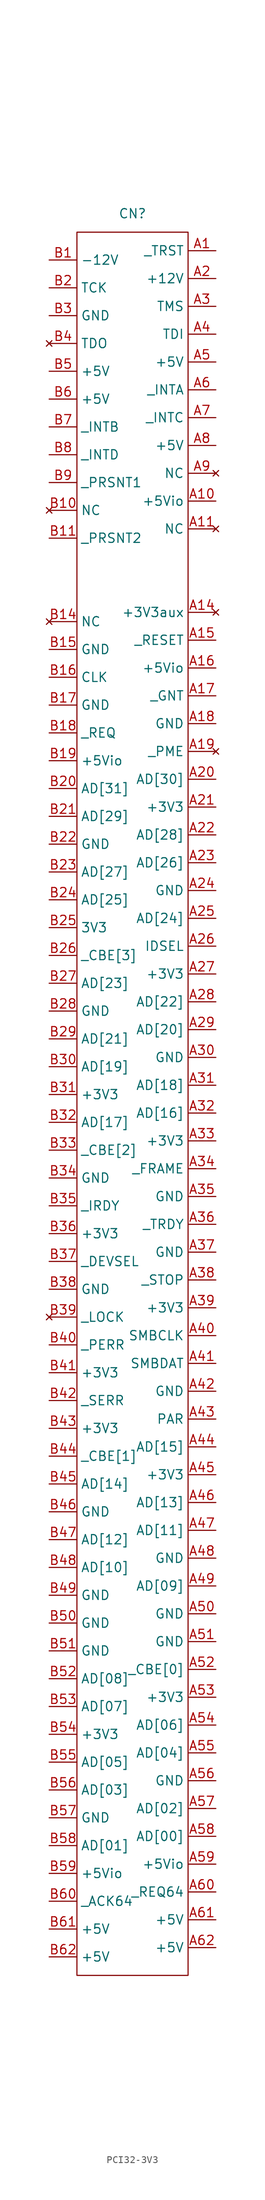
<source format=kicad_sym>
(kicad_symbol_lib
  (version 20231120)
  (generator "kicad_symbol_editor")
  (generator_version "8.0")
  (symbol "PCI32-3V3"
    (property "Reference" "CN"
      (at 0 119.38 0)
      (effects (font (size 1.27 1.27))))
    (symbol "PCI32-3V3_0_0"
      (pin input line (at 11.43 114.3 180) (length 3.81) (name "_TRST" (effects (font (size 1.27 1.27)))) (number "A1" (effects (font (size 1.27 1.27)))))
      (pin power_in line (at 11.43 80.01 180) (length 3.81) (name "+5Vio" (effects (font (size 1.27 1.27)))) (number "A10" (effects (font (size 1.27 1.27)))))
      (pin no_connect line (at 11.43 76.2 180) (length 3.81) (name "NC" (effects (font (size 1.27 1.27)))) (number "A11" (effects (font (size 1.27 1.27)))))
      (pin no_connect line (at 11.43 64.77 180) (length 3.81) (name "+3V3aux" (effects (font (size 1.27 1.27)))) (number "A14" (effects (font (size 1.27 1.27)))))
      (pin input line (at 11.43 60.96 180) (length 3.81) (name "_RESET" (effects (font (size 1.27 1.27)))) (number "A15" (effects (font (size 1.27 1.27)))))
      (pin power_in line (at 11.43 57.15 180) (length 3.81) (name "+5Vio" (effects (font (size 1.27 1.27)))) (number "A16" (effects (font (size 1.27 1.27)))))
      (pin input line (at 11.43 53.34 180) (length 3.81) (name "_GNT" (effects (font (size 1.27 1.27)))) (number "A17" (effects (font (size 1.27 1.27)))))
      (pin power_in line (at 11.43 49.53 180) (length 3.81) (name "GND" (effects (font (size 1.27 1.27)))) (number "A18" (effects (font (size 1.27 1.27)))))
      (pin no_connect line (at 11.43 45.72 180) (length 3.81) (name "_PME" (effects (font (size 1.27 1.27)))) (number "A19" (effects (font (size 1.27 1.27)))))
      (pin power_in line (at 11.43 110.49 180) (length 3.81) (name "+12V" (effects (font (size 1.27 1.27)))) (number "A2" (effects (font (size 1.27 1.27)))))
      (pin bidirectional line (at 11.43 41.91 180) (length 3.81) (name "AD[30]" (effects (font (size 1.27 1.27)))) (number "A20" (effects (font (size 1.27 1.27)))))
      (pin power_in line (at 11.43 38.1 180) (length 3.81) (name "+3V3" (effects (font (size 1.27 1.27)))) (number "A21" (effects (font (size 1.27 1.27)))))
      (pin bidirectional line (at 11.43 34.29 180) (length 3.81) (name "AD[28]" (effects (font (size 1.27 1.27)))) (number "A22" (effects (font (size 1.27 1.27)))))
      (pin bidirectional line (at 11.43 30.48 180) (length 3.81) (name "AD[26]" (effects (font (size 1.27 1.27)))) (number "A23" (effects (font (size 1.27 1.27)))))
      (pin power_in line (at 11.43 26.67 180) (length 3.81) (name "GND" (effects (font (size 1.27 1.27)))) (number "A24" (effects (font (size 1.27 1.27)))))
      (pin bidirectional line (at 11.43 22.86 180) (length 3.81) (name "AD[24]" (effects (font (size 1.27 1.27)))) (number "A25" (effects (font (size 1.27 1.27)))))
      (pin input line (at 11.43 19.05 180) (length 3.81) (name "IDSEL" (effects (font (size 1.27 1.27)))) (number "A26" (effects (font (size 1.27 1.27)))))
      (pin power_in line (at 11.43 15.24 180) (length 3.81) (name "+3V3" (effects (font (size 1.27 1.27)))) (number "A27" (effects (font (size 1.27 1.27)))))
      (pin bidirectional line (at 11.43 11.43 180) (length 3.81) (name "AD[22]" (effects (font (size 1.27 1.27)))) (number "A28" (effects (font (size 1.27 1.27)))))
      (pin bidirectional line (at 11.43 7.62 180) (length 3.81) (name "AD[20]" (effects (font (size 1.27 1.27)))) (number "A29" (effects (font (size 1.27 1.27)))))
      (pin input line (at 11.43 106.68 180) (length 3.81) (name "TMS" (effects (font (size 1.27 1.27)))) (number "A3" (effects (font (size 1.27 1.27)))))
      (pin power_in line (at 11.43 3.81 180) (length 3.81) (name "GND" (effects (font (size 1.27 1.27)))) (number "A30" (effects (font (size 1.27 1.27)))))
      (pin bidirectional line (at 11.43 0 180) (length 3.81) (name "AD[18]" (effects (font (size 1.27 1.27)))) (number "A31" (effects (font (size 1.27 1.27)))))
      (pin bidirectional line (at 11.43 -3.81 180) (length 3.81) (name "AD[16]" (effects (font (size 1.27 1.27)))) (number "A32" (effects (font (size 1.27 1.27)))))
      (pin power_in line (at 11.43 -7.62 180) (length 3.81) (name "+3V3" (effects (font (size 1.27 1.27)))) (number "A33" (effects (font (size 1.27 1.27)))))
      (pin bidirectional line (at 11.43 -11.43 180) (length 3.81) (name "_FRAME" (effects (font (size 1.27 1.27)))) (number "A34" (effects (font (size 1.27 1.27)))))
      (pin power_in line (at 11.43 -15.24 180) (length 3.81) (name "GND" (effects (font (size 1.27 1.27)))) (number "A35" (effects (font (size 1.27 1.27)))))
      (pin bidirectional line (at 11.43 -19.05 180) (length 3.81) (name "_TRDY" (effects (font (size 1.27 1.27)))) (number "A36" (effects (font (size 1.27 1.27)))))
      (pin power_in line (at 11.43 -22.86 180) (length 3.81) (name "GND" (effects (font (size 1.27 1.27)))) (number "A37" (effects (font (size 1.27 1.27)))))
      (pin bidirectional line (at 11.43 -26.67 180) (length 3.81) (name "_STOP" (effects (font (size 1.27 1.27)))) (number "A38" (effects (font (size 1.27 1.27)))))
      (pin power_in line (at 11.43 -30.48 180) (length 3.81) (name "+3V3" (effects (font (size 1.27 1.27)))) (number "A39" (effects (font (size 1.27 1.27)))))
      (pin input line (at 11.43 102.87 180) (length 3.81) (name "TDI" (effects (font (size 1.27 1.27)))) (number "A4" (effects (font (size 1.27 1.27)))))
      (pin input line (at 11.43 -34.29 180) (length 3.81) (name "SMBCLK" (effects (font (size 1.27 1.27)))) (number "A40" (effects (font (size 1.27 1.27)))))
      (pin input line (at 11.43 -38.1 180) (length 3.81) (name "SMBDAT" (effects (font (size 1.27 1.27)))) (number "A41" (effects (font (size 1.27 1.27)))))
      (pin power_in line (at 11.43 -41.91 180) (length 3.81) (name "GND" (effects (font (size 1.27 1.27)))) (number "A42" (effects (font (size 1.27 1.27)))))
      (pin input line (at 11.43 -45.72 180) (length 3.81) (name "PAR" (effects (font (size 1.27 1.27)))) (number "A43" (effects (font (size 1.27 1.27)))))
      (pin bidirectional line (at 11.43 -49.53 180) (length 3.81) (name "AD[15]" (effects (font (size 1.27 1.27)))) (number "A44" (effects (font (size 1.27 1.27)))))
      (pin power_in line (at 11.43 -53.34 180) (length 3.81) (name "+3V3" (effects (font (size 1.27 1.27)))) (number "A45" (effects (font (size 1.27 1.27)))))
      (pin bidirectional line (at 11.43 -57.15 180) (length 3.81) (name "AD[13]" (effects (font (size 1.27 1.27)))) (number "A46" (effects (font (size 1.27 1.27)))))
      (pin bidirectional line (at 11.43 -60.96 180) (length 3.81) (name "AD[11]" (effects (font (size 1.27 1.27)))) (number "A47" (effects (font (size 1.27 1.27)))))
      (pin power_in line (at 11.43 -64.77 180) (length 3.81) (name "GND" (effects (font (size 1.27 1.27)))) (number "A48" (effects (font (size 1.27 1.27)))))
      (pin bidirectional line (at 11.43 -68.58 180) (length 3.81) (name "AD[09]" (effects (font (size 1.27 1.27)))) (number "A49" (effects (font (size 1.27 1.27)))))
      (pin power_in line (at 11.43 99.06 180) (length 3.81) (name "+5V" (effects (font (size 1.27 1.27)))) (number "A5" (effects (font (size 1.27 1.27)))))
      (pin power_in line (at 11.43 -72.39 180) (length 3.81) (name "GND" (effects (font (size 1.27 1.27)))) (number "A50" (effects (font (size 1.27 1.27)))))
      (pin power_in line (at 11.43 -76.2 180) (length 3.81) (name "GND" (effects (font (size 1.27 1.27)))) (number "A51" (effects (font (size 1.27 1.27)))))
      (pin input line (at 11.43 -80.01 180) (length 3.81) (name "_CBE[0]" (effects (font (size 1.27 1.27)))) (number "A52" (effects (font (size 1.27 1.27)))))
      (pin power_in line (at 11.43 -83.82 180) (length 3.81) (name "+3V3" (effects (font (size 1.27 1.27)))) (number "A53" (effects (font (size 1.27 1.27)))))
      (pin bidirectional line (at 11.43 -87.63 180) (length 3.81) (name "AD[06]" (effects (font (size 1.27 1.27)))) (number "A54" (effects (font (size 1.27 1.27)))))
      (pin bidirectional line (at 11.43 -91.44 180) (length 3.81) (name "AD[04]" (effects (font (size 1.27 1.27)))) (number "A55" (effects (font (size 1.27 1.27)))))
      (pin power_in line (at 11.43 -95.25 180) (length 3.81) (name "GND" (effects (font (size 1.27 1.27)))) (number "A56" (effects (font (size 1.27 1.27)))))
      (pin bidirectional line (at 11.43 -99.06 180) (length 3.81) (name "AD[02]" (effects (font (size 1.27 1.27)))) (number "A57" (effects (font (size 1.27 1.27)))))
      (pin bidirectional line (at 11.43 -102.87 180) (length 3.81) (name "AD[00]" (effects (font (size 1.27 1.27)))) (number "A58" (effects (font (size 1.27 1.27)))))
      (pin power_in line (at 11.43 -106.68 180) (length 3.81) (name "+5Vio" (effects (font (size 1.27 1.27)))) (number "A59" (effects (font (size 1.27 1.27)))))
      (pin output line (at 11.43 95.25 180) (length 3.81) (name "_INTA" (effects (font (size 1.27 1.27)))) (number "A6" (effects (font (size 1.27 1.27)))))
      (pin output line (at 11.43 -110.49 180) (length 3.81) (name "_REQ64" (effects (font (size 1.27 1.27)))) (number "A60" (effects (font (size 1.27 1.27)))))
      (pin power_in line (at 11.43 -114.3 180) (length 3.81) (name "+5V" (effects (font (size 1.27 1.27)))) (number "A61" (effects (font (size 1.27 1.27)))))
      (pin power_in line (at 11.43 -118.11 180) (length 3.81) (name "+5V" (effects (font (size 1.27 1.27)))) (number "A62" (effects (font (size 1.27 1.27)))))
      (pin output line (at 11.43 91.44 180) (length 3.81) (name "_INTC" (effects (font (size 1.27 1.27)))) (number "A7" (effects (font (size 1.27 1.27)))))
      (pin power_in line (at 11.43 87.63 180) (length 3.81) (name "+5V" (effects (font (size 1.27 1.27)))) (number "A8" (effects (font (size 1.27 1.27)))))
      (pin no_connect line (at 11.43 83.82 180) (length 3.81) (name "NC" (effects (font (size 1.27 1.27)))) (number "A9" (effects (font (size 1.27 1.27)))))
      (pin power_in line (at -11.43 113.03 0) (length 3.81) (name "-12V" (effects (font (size 1.27 1.27)))) (number "B1" (effects (font (size 1.27 1.27)))))
      (pin no_connect line (at -11.43 78.74 0) (length 3.81) (name "NC" (effects (font (size 1.27 1.27)))) (number "B10" (effects (font (size 1.27 1.27)))))
      (pin output line (at -11.43 74.93 0) (length 3.81) (name "_PRSNT2" (effects (font (size 1.27 1.27)))) (number "B11" (effects (font (size 1.27 1.27)))))
      (pin no_connect line (at -11.43 63.5 0) (length 3.81) (name "NC" (effects (font (size 1.27 1.27)))) (number "B14" (effects (font (size 1.27 1.27)))))
      (pin power_in line (at -11.43 59.69 0) (length 3.81) (name "GND" (effects (font (size 1.27 1.27)))) (number "B15" (effects (font (size 1.27 1.27)))))
      (pin input line (at -11.43 55.88 0) (length 3.81) (name "CLK" (effects (font (size 1.27 1.27)))) (number "B16" (effects (font (size 1.27 1.27)))))
      (pin power_in line (at -11.43 52.07 0) (length 3.81) (name "GND" (effects (font (size 1.27 1.27)))) (number "B17" (effects (font (size 1.27 1.27)))))
      (pin output line (at -11.43 48.26 0) (length 3.81) (name "_REQ" (effects (font (size 1.27 1.27)))) (number "B18" (effects (font (size 1.27 1.27)))))
      (pin power_in line (at -11.43 44.45 0) (length 3.81) (name "+5Vio" (effects (font (size 1.27 1.27)))) (number "B19" (effects (font (size 1.27 1.27)))))
      (pin input line (at -11.43 109.22 0) (length 3.81) (name "TCK" (effects (font (size 1.27 1.27)))) (number "B2" (effects (font (size 1.27 1.27)))))
      (pin bidirectional line (at -11.43 40.64 0) (length 3.81) (name "AD[31]" (effects (font (size 1.27 1.27)))) (number "B20" (effects (font (size 1.27 1.27)))))
      (pin bidirectional line (at -11.43 36.83 0) (length 3.81) (name "AD[29]" (effects (font (size 1.27 1.27)))) (number "B21" (effects (font (size 1.27 1.27)))))
      (pin power_in line (at -11.43 33.02 0) (length 3.81) (name "GND" (effects (font (size 1.27 1.27)))) (number "B22" (effects (font (size 1.27 1.27)))))
      (pin bidirectional line (at -11.43 29.21 0) (length 3.81) (name "AD[27]" (effects (font (size 1.27 1.27)))) (number "B23" (effects (font (size 1.27 1.27)))))
      (pin bidirectional line (at -11.43 25.4 0) (length 3.81) (name "AD[25]" (effects (font (size 1.27 1.27)))) (number "B24" (effects (font (size 1.27 1.27)))))
      (pin power_in line (at -11.43 21.59 0) (length 3.81) (name "3V3" (effects (font (size 1.27 1.27)))) (number "B25" (effects (font (size 1.27 1.27)))))
      (pin input line (at -11.43 17.78 0) (length 3.81) (name "_CBE[3]" (effects (font (size 1.27 1.27)))) (number "B26" (effects (font (size 1.27 1.27)))))
      (pin bidirectional line (at -11.43 13.97 0) (length 3.81) (name "AD[23]" (effects (font (size 1.27 1.27)))) (number "B27" (effects (font (size 1.27 1.27)))))
      (pin power_in line (at -11.43 10.16 0) (length 3.81) (name "GND" (effects (font (size 1.27 1.27)))) (number "B28" (effects (font (size 1.27 1.27)))))
      (pin bidirectional line (at -11.43 6.35 0) (length 3.81) (name "AD[21]" (effects (font (size 1.27 1.27)))) (number "B29" (effects (font (size 1.27 1.27)))))
      (pin power_in line (at -11.43 105.41 0) (length 3.81) (name "GND" (effects (font (size 1.27 1.27)))) (number "B3" (effects (font (size 1.27 1.27)))))
      (pin bidirectional line (at -11.43 2.54 0) (length 3.81) (name "AD[19]" (effects (font (size 1.27 1.27)))) (number "B30" (effects (font (size 1.27 1.27)))))
      (pin power_in line (at -11.43 -1.27 0) (length 3.81) (name "+3V3" (effects (font (size 1.27 1.27)))) (number "B31" (effects (font (size 1.27 1.27)))))
      (pin bidirectional line (at -11.43 -5.08 0) (length 3.81) (name "AD[17]" (effects (font (size 1.27 1.27)))) (number "B32" (effects (font (size 1.27 1.27)))))
      (pin input line (at -11.43 -8.89 0) (length 3.81) (name "_CBE[2]" (effects (font (size 1.27 1.27)))) (number "B33" (effects (font (size 1.27 1.27)))))
      (pin power_in line (at -11.43 -12.7 0) (length 3.81) (name "GND" (effects (font (size 1.27 1.27)))) (number "B34" (effects (font (size 1.27 1.27)))))
      (pin bidirectional line (at -11.43 -16.51 0) (length 3.81) (name "_IRDY" (effects (font (size 1.27 1.27)))) (number "B35" (effects (font (size 1.27 1.27)))))
      (pin power_in line (at -11.43 -20.32 0) (length 3.81) (name "+3V3" (effects (font (size 1.27 1.27)))) (number "B36" (effects (font (size 1.27 1.27)))))
      (pin bidirectional line (at -11.43 -24.13 0) (length 3.81) (name "_DEVSEL" (effects (font (size 1.27 1.27)))) (number "B37" (effects (font (size 1.27 1.27)))))
      (pin power_in line (at -11.43 -27.94 0) (length 3.81) (name "GND" (effects (font (size 1.27 1.27)))) (number "B38" (effects (font (size 1.27 1.27)))))
      (pin no_connect line (at -11.43 -31.75 0) (length 3.81) (name "_LOCK" (effects (font (size 1.27 1.27)))) (number "B39" (effects (font (size 1.27 1.27)))))
      (pin no_connect line (at -11.43 101.6 0) (length 3.81) (name "TDO" (effects (font (size 1.27 1.27)))) (number "B4" (effects (font (size 1.27 1.27)))))
      (pin output line (at -11.43 -35.56 0) (length 3.81) (name "_PERR" (effects (font (size 1.27 1.27)))) (number "B40" (effects (font (size 1.27 1.27)))))
      (pin power_in line (at -11.43 -39.37 0) (length 3.81) (name "+3V3" (effects (font (size 1.27 1.27)))) (number "B41" (effects (font (size 1.27 1.27)))))
      (pin output line (at -11.43 -43.18 0) (length 3.81) (name "_SERR" (effects (font (size 1.27 1.27)))) (number "B42" (effects (font (size 1.27 1.27)))))
      (pin power_in line (at -11.43 -46.99 0) (length 3.81) (name "+3V3" (effects (font (size 1.27 1.27)))) (number "B43" (effects (font (size 1.27 1.27)))))
      (pin input line (at -11.43 -50.8 0) (length 3.81) (name "_CBE[1]" (effects (font (size 1.27 1.27)))) (number "B44" (effects (font (size 1.27 1.27)))))
      (pin bidirectional line (at -11.43 -54.61 0) (length 3.81) (name "AD[14]" (effects (font (size 1.27 1.27)))) (number "B45" (effects (font (size 1.27 1.27)))))
      (pin power_in line (at -11.43 -58.42 0) (length 3.81) (name "GND" (effects (font (size 1.27 1.27)))) (number "B46" (effects (font (size 1.27 1.27)))))
      (pin bidirectional line (at -11.43 -62.23 0) (length 3.81) (name "AD[12]" (effects (font (size 1.27 1.27)))) (number "B47" (effects (font (size 1.27 1.27)))))
      (pin bidirectional line (at -11.43 -66.04 0) (length 3.81) (name "AD[10]" (effects (font (size 1.27 1.27)))) (number "B48" (effects (font (size 1.27 1.27)))))
      (pin power_in line (at -11.43 -69.85 0) (length 3.81) (name "GND" (effects (font (size 1.27 1.27)))) (number "B49" (effects (font (size 1.27 1.27)))))
      (pin power_in line (at -11.43 97.79 0) (length 3.81) (name "+5V" (effects (font (size 1.27 1.27)))) (number "B5" (effects (font (size 1.27 1.27)))))
      (pin power_in line (at -11.43 -73.66 0) (length 3.81) (name "GND" (effects (font (size 1.27 1.27)))) (number "B50" (effects (font (size 1.27 1.27)))))
      (pin power_in line (at -11.43 -77.47 0) (length 3.81) (name "GND" (effects (font (size 1.27 1.27)))) (number "B51" (effects (font (size 1.27 1.27)))))
      (pin bidirectional line (at -11.43 -81.28 0) (length 3.81) (name "AD[08]" (effects (font (size 1.27 1.27)))) (number "B52" (effects (font (size 1.27 1.27)))))
      (pin bidirectional line (at -11.43 -85.09 0) (length 3.81) (name "AD[07]" (effects (font (size 1.27 1.27)))) (number "B53" (effects (font (size 1.27 1.27)))))
      (pin power_in line (at -11.43 -88.9 0) (length 3.81) (name "+3V3" (effects (font (size 1.27 1.27)))) (number "B54" (effects (font (size 1.27 1.27)))))
      (pin bidirectional line (at -11.43 -92.71 0) (length 3.81) (name "AD[05]" (effects (font (size 1.27 1.27)))) (number "B55" (effects (font (size 1.27 1.27)))))
      (pin bidirectional line (at -11.43 -96.52 0) (length 3.81) (name "AD[03]" (effects (font (size 1.27 1.27)))) (number "B56" (effects (font (size 1.27 1.27)))))
      (pin power_in line (at -11.43 -100.33 0) (length 3.81) (name "GND" (effects (font (size 1.27 1.27)))) (number "B57" (effects (font (size 1.27 1.27)))))
      (pin bidirectional line (at -11.43 -104.14 0) (length 3.81) (name "AD[01]" (effects (font (size 1.27 1.27)))) (number "B58" (effects (font (size 1.27 1.27)))))
      (pin power_in line (at -11.43 -107.95 0) (length 3.81) (name "+5Vio" (effects (font (size 1.27 1.27)))) (number "B59" (effects (font (size 1.27 1.27)))))
      (pin power_in line (at -11.43 93.98 0) (length 3.81) (name "+5V" (effects (font (size 1.27 1.27)))) (number "B6" (effects (font (size 1.27 1.27)))))
      (pin output line (at -11.43 -111.76 0) (length 3.81) (name "_ACK64" (effects (font (size 1.27 1.27)))) (number "B60" (effects (font (size 1.27 1.27)))))
      (pin power_in line (at -11.43 -115.57 0) (length 3.81) (name "+5V" (effects (font (size 1.27 1.27)))) (number "B61" (effects (font (size 1.27 1.27)))))
      (pin power_in line (at -11.43 -119.38 0) (length 3.81) (name "+5V" (effects (font (size 1.27 1.27)))) (number "B62" (effects (font (size 1.27 1.27)))))
      (pin output line (at -11.43 90.17 0) (length 3.81) (name "_INTB" (effects (font (size 1.27 1.27)))) (number "B7" (effects (font (size 1.27 1.27)))))
      (pin output line (at -11.43 86.36 0) (length 3.81) (name "_INTD" (effects (font (size 1.27 1.27)))) (number "B8" (effects (font (size 1.27 1.27)))))
      (pin output line (at -11.43 82.55 0) (length 3.81) (name "_PRSNT1" (effects (font (size 1.27 1.27)))) (number "B9" (effects (font (size 1.27 1.27))))))
    (symbol "PCI32-3V3_0_1"
      (rectangle (start -7.62 116.84) (end 7.62 -121.92) (stroke (width 0.152) (type default)) (fill (type none))))))
</source>
